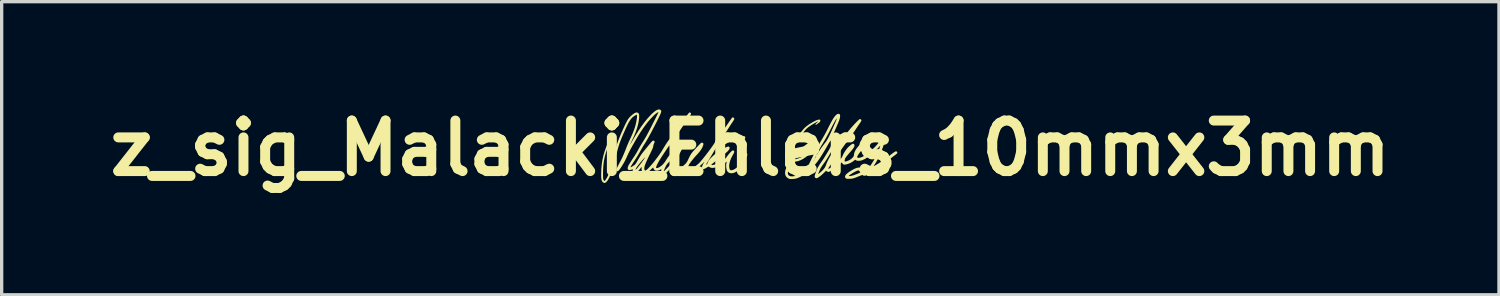
<source format=kicad_pcb>
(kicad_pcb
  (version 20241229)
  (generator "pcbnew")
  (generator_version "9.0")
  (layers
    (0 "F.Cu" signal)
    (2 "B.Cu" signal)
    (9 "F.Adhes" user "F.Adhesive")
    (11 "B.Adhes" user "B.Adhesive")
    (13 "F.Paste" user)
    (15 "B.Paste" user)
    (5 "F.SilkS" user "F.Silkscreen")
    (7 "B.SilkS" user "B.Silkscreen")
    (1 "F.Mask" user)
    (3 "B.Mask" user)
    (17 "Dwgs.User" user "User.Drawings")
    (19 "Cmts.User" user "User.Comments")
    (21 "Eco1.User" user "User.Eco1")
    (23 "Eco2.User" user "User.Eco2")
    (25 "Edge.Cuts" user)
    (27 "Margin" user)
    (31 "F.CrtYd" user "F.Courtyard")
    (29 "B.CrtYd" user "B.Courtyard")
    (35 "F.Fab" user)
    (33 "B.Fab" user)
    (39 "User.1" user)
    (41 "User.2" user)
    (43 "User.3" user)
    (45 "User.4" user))
  (footprint "z_sig_Malacki_Ehlers_10mmx3mm"
    (layer "F.Cu")
    (at 19.565 1.418)
    (property "Reference" "z_sig_Malacki_Ehlers_10mmx3mm" (at 0 0 0) (layer "F.SilkS") (effects (font (size 1.524 1.524) (thickness 0.3))))
    (attr board_only exclude_from_pos_files exclude_from_bom)
    (fp_poly (pts (xy -0.173 -0.36) (xy -0.155 -0.346) (xy -0.151 -0.322) (xy -0.153 -0.31) (xy -0.164 -0.287) (xy -0.181 -0.27) (xy -0.202 -0.259) (xy -0.22 -0.257) (xy -0.235 -0.266) (xy -0.239 -0.275) (xy -0.245 -0.286) (xy -0.26 -0.288) (xy -0.266 -0.287) (xy -0.287 -0.288) (xy -0.305 -0.297) (xy -0.315 -0.31) (xy -0.316 -0.314) (xy -0.307 -0.331) (xy -0.287 -0.346) (xy -0.257 -0.358) (xy -0.223 -0.364) (xy -0.204 -0.365)) (stroke (width 0) (type solid)) (fill yes) (layer "F.SilkS"))
    (fp_poly (pts (xy 2.685 -1.031) (xy 2.694 -1.023) (xy 2.705 -1) (xy 2.707 -0.964) (xy 2.701 -0.918) (xy 2.687 -0.865) (xy 2.684 -0.855) (xy 2.674 -0.827) (xy 2.658 -0.788) (xy 2.638 -0.739) (xy 2.614 -0.685) (xy 2.59 -0.628) (xy 2.565 -0.572) (xy 2.542 -0.52) (xy 2.521 -0.474) (xy 2.503 -0.438) (xy 2.499 -0.43) (xy 2.49 -0.41) (xy 2.485 -0.396) (xy 2.486 -0.394) (xy 2.494 -0.395) (xy 2.514 -0.401) (xy 2.541 -0.411) (xy 2.541 -0.412) (xy 2.569 -0.423) (xy 2.587 -0.427) (xy 2.6 -0.427) (xy 2.611 -0.421) (xy 2.613 -0.42) (xy 2.632 -0.397) (xy 2.641 -0.364) (xy 2.64 -0.321) (xy 2.629 -0.27) (xy 2.608 -0.212) (xy 2.578 -0.149) (xy 2.56 -0.118) (xy 2.544 -0.091) (xy 2.523 -0.053) (xy 2.498 -0.009) (xy 2.473 0.037) (xy 2.464 0.054) (xy 2.42 0.134) (xy 2.381 0.202) (xy 2.346 0.262) (xy 2.312 0.316) (xy 2.278 0.368) (xy 2.241 0.422) (xy 2.222 0.45) (xy 2.187 0.499) (xy 2.16 0.538) (xy 2.14 0.569) (xy 2.123 0.596) (xy 2.109 0.622) (xy 2.096 0.65) (xy 2.082 0.684) (xy 2.065 0.726) (xy 2.059 0.742) (xy 2.043 0.782) (xy 2.094 0.742) (xy 2.159 0.686) (xy 2.212 0.629) (xy 2.252 0.573) (xy 2.277 0.521) (xy 2.28 0.511) (xy 2.292 0.475) (xy 2.311 0.43) (xy 2.334 0.379) (xy 2.359 0.328) (xy 2.385 0.28) (xy 2.408 0.24) (xy 2.423 0.218) (xy 2.438 0.197) (xy 2.462 0.166) (xy 2.491 0.128) (xy 2.522 0.087) (xy 2.544 0.058) (xy 2.576 0.015) (xy 2.614 -0.038) (xy 2.655 -0.096) (xy 2.697 -0.156) (xy 2.735 -0.214) (xy 2.744 -0.226) (xy 2.838 -0.361) (xy 2.939 -0.494) (xy 2.983 -0.548) (xy 3.03 -0.604) (xy 3.078 -0.658) (xy 3.125 -0.71) (xy 3.169 -0.757) (xy 3.21 -0.799) (xy 3.245 -0.833) (xy 3.274 -0.86) (xy 3.295 -0.876) (xy 3.306 -0.88) (xy 3.323 -0.875) (xy 3.332 -0.87) (xy 3.345 -0.857) (xy 3.349 -0.842) (xy 3.345 -0.823) (xy 3.33 -0.796) (xy 3.31 -0.766) (xy 3.289 -0.736) (xy 3.261 -0.695) (xy 3.231 -0.65) (xy 3.201 -0.605) (xy 3.192 -0.591) (xy 3.136 -0.508) (xy 3.076 -0.42) (xy 3.012 -0.331) (xy 2.95 -0.245) (xy 2.893 -0.169) (xy 2.885 -0.158) (xy 2.852 -0.114) (xy 2.815 -0.062) (xy 2.779 -0.012) (xy 2.757 0.021) (xy 2.733 0.056) (xy 2.706 0.096) (xy 2.674 0.141) (xy 2.636 0.195) (xy 2.593 0.257) (xy 2.542 0.329) (xy 2.484 0.412) (xy 2.429 0.489) (xy 2.395 0.537) (xy 2.371 0.573) (xy 2.357 0.599) (xy 2.351 0.615) (xy 2.353 0.622) (xy 2.356 0.623) (xy 2.369 0.618) (xy 2.391 0.605) (xy 2.42 0.586) (xy 2.453 0.562) (xy 2.487 0.537) (xy 2.508 0.519) (xy 2.544 0.49) (xy 2.582 0.459) (xy 2.617 0.431) (xy 2.624 0.425) (xy 2.681 0.374) (xy 2.728 0.322) (xy 2.763 0.271) (xy 2.783 0.228) (xy 2.799 0.19) (xy 2.824 0.143) (xy 2.854 0.094) (xy 2.888 0.045) (xy 2.922 0.001) (xy 2.942 -0.022) (xy 2.974 -0.053) (xy 3.008 -0.083) (xy 3.041 -0.109) (xy 3.07 -0.128) (xy 3.085 -0.136) (xy 3.107 -0.136) (xy 3.126 -0.124) (xy 3.138 -0.102) (xy 3.14 -0.087) (xy 3.136 -0.059) (xy 3.124 -0.03) (xy 3.103 0.004) (xy 3.071 0.045) (xy 3.051 0.069) (xy 2.997 0.131) (xy 2.953 0.183) (xy 2.918 0.224) (xy 2.892 0.257) (xy 2.873 0.283) (xy 2.861 0.303) (xy 2.855 0.318) (xy 2.853 0.324) (xy 2.848 0.349) (xy 2.844 0.369) (xy 2.844 0.37) (xy 2.843 0.389) (xy 2.85 0.399) (xy 2.867 0.4) (xy 2.897 0.394) (xy 2.912 0.39) (xy 2.983 0.361) (xy 3.043 0.322) (xy 3.086 0.281) (xy 3.107 0.255) (xy 3.119 0.234) (xy 3.123 0.215) (xy 3.123 0.208) (xy 3.13 0.159) (xy 3.148 0.104) (xy 3.176 0.048) (xy 3.186 0.033) (xy 3.221 -0.016) (xy 3.26 -0.063) (xy 3.302 -0.106) (xy 3.344 -0.145) (xy 3.383 -0.175) (xy 3.418 -0.197) (xy 3.447 -0.207) (xy 3.453 -0.208) (xy 3.48 -0.201) (xy 3.497 -0.182) (xy 3.503 -0.155) (xy 3.501 -0.143) (xy 3.494 -0.126) (xy 3.477 -0.099) (xy 3.452 -0.064) (xy 3.421 -0.022) (xy 3.386 0.025) (xy 3.347 0.073) (xy 3.322 0.102) (xy 3.281 0.154) (xy 3.251 0.198) (xy 3.231 0.234) (xy 3.223 0.261) (xy 3.224 0.273) (xy 3.23 0.284) (xy 3.239 0.289) (xy 3.256 0.29) (xy 3.279 0.289) (xy 3.329 0.279) (xy 3.383 0.257) (xy 3.443 0.223) (xy 3.51 0.175) (xy 3.547 0.145) (xy 3.585 0.113) (xy 3.623 0.081) (xy 3.657 0.053) (xy 3.683 0.032) (xy 3.688 0.028) (xy 3.728 -0.009) (xy 3.774 -0.056) (xy 3.82 -0.108) (xy 3.864 -0.161) (xy 3.901 -0.211) (xy 3.907 -0.22) (xy 3.939 -0.265) (xy 3.969 -0.298) (xy 4.002 -0.324) (xy 4.043 -0.348) (xy 4.044 -0.348) (xy 4.07 -0.36) (xy 4.088 -0.362) (xy 4.1 -0.358) (xy 4.117 -0.347) (xy 4.124 -0.33) (xy 4.12 -0.306) (xy 4.107 -0.273) (xy 4.098 -0.255) (xy 4.07 -0.2) (xy 4.048 -0.156) (xy 4.03 -0.118) (xy 4.015 -0.082) (xy 4.001 -0.045) (xy 3.997 -0.032) (xy 3.957 0.075) (xy 3.914 0.178) (xy 3.869 0.275) (xy 3.824 0.364) (xy 3.78 0.44) (xy 3.757 0.476) (xy 3.739 0.503) (xy 3.726 0.525) (xy 3.72 0.538) (xy 3.72 0.54) (xy 3.729 0.536) (xy 3.75 0.525) (xy 3.779 0.509) (xy 3.815 0.488) (xy 3.83 0.48) (xy 3.967 0.393) (xy 4.106 0.294) (xy 4.186 0.233) (xy 4.249 0.183) (xy 4.302 0.144) (xy 4.344 0.115) (xy 4.374 0.098) (xy 4.392 0.091) (xy 4.393 0.091) (xy 4.41 0.098) (xy 4.424 0.112) (xy 4.433 0.129) (xy 4.431 0.141) (xy 4.424 0.153) (xy 4.412 0.166) (xy 4.39 0.186) (xy 4.361 0.209) (xy 4.346 0.219) (xy 4.312 0.245) (xy 4.271 0.276) (xy 4.228 0.308) (xy 4.203 0.328) (xy 4.086 0.416) (xy 3.963 0.498) (xy 3.839 0.573) (xy 3.719 0.638) (xy 3.674 0.659) (xy 3.638 0.677) (xy 3.614 0.693) (xy 3.598 0.708) (xy 3.59 0.721) (xy 3.565 0.756) (xy 3.531 0.791) (xy 3.497 0.817) (xy 3.474 0.826) (xy 3.446 0.83) (xy 3.419 0.828) (xy 3.4 0.821) (xy 3.397 0.818) (xy 3.385 0.808) (xy 3.378 0.806) (xy 3.368 0.809) (xy 3.345 0.817) (xy 3.313 0.829) (xy 3.275 0.844) (xy 3.265 0.848) (xy 3.204 0.873) (xy 3.156 0.891) (xy 3.116 0.904) (xy 3.081 0.913) (xy 3.049 0.919) (xy 3.016 0.921) (xy 2.978 0.922) (xy 2.977 0.922) (xy 2.938 0.922) (xy 2.913 0.92) (xy 2.896 0.917) (xy 2.885 0.911) (xy 2.877 0.903) (xy 2.858 0.878) (xy 2.854 0.854) (xy 2.861 0.834) (xy 2.969 0.834) (xy 2.975 0.838) (xy 2.994 0.839) (xy 3 0.839) (xy 3.028 0.836) (xy 3.063 0.829) (xy 3.086 0.823) (xy 3.109 0.815) (xy 3.141 0.804) (xy 3.178 0.79) (xy 3.216 0.776) (xy 3.252 0.761) (xy 3.282 0.749) (xy 3.304 0.739) (xy 3.313 0.735) (xy 3.311 0.726) (xy 3.302 0.709) (xy 3.294 0.697) (xy 3.281 0.68) (xy 3.269 0.67) (xy 3.254 0.668) (xy 3.233 0.673) (xy 3.203 0.685) (xy 3.176 0.697) (xy 3.147 0.712) (xy 3.112 0.732) (xy 3.075 0.754) (xy 3.039 0.777) (xy 3.008 0.799) (xy 2.984 0.816) (xy 2.974 0.826) (xy 2.969 0.834) (xy 2.861 0.834) (xy 2.863 0.827) (xy 2.865 0.823) (xy 2.882 0.797) (xy 2.906 0.771) (xy 2.94 0.743) (xy 2.986 0.71) (xy 3.015 0.691) (xy 3.085 0.649) (xy 3.149 0.616) (xy 3.205 0.594) (xy 3.253 0.583) (xy 3.292 0.582) (xy 3.313 0.589) (xy 3.326 0.6) (xy 3.344 0.621) (xy 3.364 0.648) (xy 3.364 0.648) (xy 3.397 0.697) (xy 3.471 0.663) (xy 3.508 0.644) (xy 3.539 0.626) (xy 3.558 0.611) (xy 3.561 0.608) (xy 3.646 0.487) (xy 3.718 0.372) (xy 3.781 0.258) (xy 3.836 0.142) (xy 3.868 0.062) (xy 3.889 0.009) (xy 3.904 -0.029) (xy 3.912 -0.055) (xy 3.916 -0.069) (xy 3.913 -0.072) (xy 3.906 -0.067) (xy 3.893 -0.053) (xy 3.879 -0.037) (xy 3.838 0.007) (xy 3.796 0.049) (xy 3.757 0.087) (xy 3.723 0.116) (xy 3.713 0.123) (xy 3.694 0.138) (xy 3.667 0.16) (xy 3.635 0.186) (xy 3.614 0.203) (xy 3.569 0.241) (xy 3.533 0.27) (xy 3.504 0.292) (xy 3.479 0.309) (xy 3.456 0.322) (xy 3.43 0.335) (xy 3.405 0.346) (xy 3.368 0.362) (xy 3.339 0.371) (xy 3.311 0.376) (xy 3.278 0.378) (xy 3.271 0.378) (xy 3.236 0.377) (xy 3.212 0.374) (xy 3.194 0.367) (xy 3.183 0.36) (xy 3.166 0.348) (xy 3.156 0.347) (xy 3.147 0.354) (xy 3.147 0.355) (xy 3.124 0.376) (xy 3.09 0.4) (xy 3.05 0.425) (xy 3.009 0.447) (xy 2.969 0.464) (xy 2.958 0.468) (xy 2.904 0.484) (xy 2.862 0.493) (xy 2.83 0.494) (xy 2.806 0.488) (xy 2.787 0.473) (xy 2.774 0.454) (xy 2.757 0.426) (xy 2.73 0.451) (xy 2.707 0.472) (xy 2.679 0.495) (xy 2.67 0.502) (xy 2.649 0.517) (xy 2.62 0.54) (xy 2.586 0.567) (xy 2.557 0.59) (xy 2.499 0.636) (xy 2.449 0.671) (xy 2.406 0.696) (xy 2.374 0.711) (xy 2.356 0.714) (xy 2.333 0.709) (xy 2.309 0.698) (xy 2.308 0.697) (xy 2.283 0.679) (xy 2.223 0.738) (xy 2.173 0.785) (xy 2.125 0.826) (xy 2.081 0.86) (xy 2.042 0.885) (xy 2.011 0.901) (xy 1.992 0.905) (xy 1.967 0.898) (xy 1.949 0.879) (xy 1.94 0.852) (xy 1.94 0.836) (xy 1.947 0.809) (xy 1.959 0.771) (xy 1.975 0.726) (xy 1.993 0.678) (xy 2.012 0.632) (xy 2.029 0.593) (xy 2.035 0.581) (xy 2.052 0.551) (xy 2.075 0.512) (xy 2.103 0.469) (xy 2.133 0.426) (xy 2.143 0.412) (xy 2.176 0.365) (xy 2.212 0.311) (xy 2.249 0.251) (xy 2.288 0.188) (xy 2.327 0.123) (xy 2.366 0.057) (xy 2.403 -0.009) (xy 2.438 -0.072) (xy 2.47 -0.131) (xy 2.498 -0.185) (xy 2.521 -0.232) (xy 2.538 -0.271) (xy 2.55 -0.301) (xy 2.554 -0.319) (xy 2.551 -0.324) (xy 2.54 -0.319) (xy 2.521 -0.306) (xy 2.496 -0.287) (xy 2.468 -0.265) (xy 2.442 -0.243) (xy 2.42 -0.224) (xy 2.412 -0.215) (xy 2.398 -0.197) (xy 2.379 -0.169) (xy 2.356 -0.133) (xy 2.333 -0.093) (xy 2.327 -0.082) (xy 2.247 0.058) (xy 2.173 0.181) (xy 2.103 0.29) (xy 2.039 0.383) (xy 1.979 0.46) (xy 1.936 0.509) (xy 1.883 0.571) (xy 1.844 0.628) (xy 1.828 0.655) (xy 1.805 0.695) (xy 1.785 0.72) (xy 1.766 0.731) (xy 1.748 0.727) (xy 1.737 0.72) (xy 1.729 0.714) (xy 1.721 0.714) (xy 1.708 0.721) (xy 1.688 0.737) (xy 1.669 0.753) (xy 1.61 0.802) (xy 1.551 0.84) (xy 1.487 0.873) (xy 1.413 0.903) (xy 1.404 0.907) (xy 1.372 0.915) (xy 1.331 0.922) (xy 1.286 0.926) (xy 1.242 0.928) (xy 1.204 0.927) (xy 1.177 0.923) (xy 1.176 0.922) (xy 1.139 0.905) (xy 1.103 0.878) (xy 1.075 0.847) (xy 1.071 0.84) (xy 1.055 0.8) (xy 1.048 0.751) (xy 1.051 0.699) (xy 1.059 0.66) (xy 1.069 0.631) (xy 1.086 0.592) (xy 1.106 0.547) (xy 1.128 0.502) (xy 1.15 0.461) (xy 1.169 0.428) (xy 1.185 0.403) (xy 1.145 0.376) (xy 1.1 0.337) (xy 1.07 0.291) (xy 1.055 0.24) (xy 1.056 0.184) (xy 1.059 0.169) (xy 1.067 0.148) (xy 1.082 0.115) (xy 1.102 0.073) (xy 1.128 0.025) (xy 1.156 -0.026) (xy 1.186 -0.078) (xy 1.216 -0.127) (xy 1.244 -0.172) (xy 1.249 -0.179) (xy 1.265 -0.2) (xy 1.29 -0.23) (xy 1.323 -0.267) (xy 1.36 -0.307) (xy 1.399 -0.348) (xy 1.404 -0.353) (xy 1.443 -0.394) (xy 1.48 -0.433) (xy 1.513 -0.47) (xy 1.54 -0.5) (xy 1.558 -0.522) (xy 1.559 -0.524) (xy 1.609 -0.584) (xy 1.664 -0.639) (xy 1.73 -0.691) (xy 1.794 -0.734) (xy 1.864 -0.776) (xy 1.923 -0.809) (xy 1.972 -0.834) (xy 2.012 -0.85) (xy 2.046 -0.859) (xy 2.057 -0.861) (xy 2.083 -0.863) (xy 2.098 -0.861) (xy 2.106 -0.853) (xy 2.108 -0.85) (xy 2.111 -0.829) (xy 2.103 -0.804) (xy 2.086 -0.781) (xy 2.065 -0.765) (xy 2.044 -0.751) (xy 2.019 -0.732) (xy 2.009 -0.724) (xy 1.989 -0.709) (xy 1.974 -0.702) (xy 1.969 -0.702) (xy 1.966 -0.712) (xy 1.973 -0.73) (xy 1.989 -0.751) (xy 2.011 -0.772) (xy 2.022 -0.781) (xy 2.042 -0.797) (xy 2.049 -0.805) (xy 2.044 -0.807) (xy 2.03 -0.802) (xy 2.008 -0.792) (xy 1.978 -0.777) (xy 1.944 -0.758) (xy 1.906 -0.737) (xy 1.866 -0.713) (xy 1.825 -0.687) (xy 1.821 -0.684) (xy 1.768 -0.648) (xy 1.725 -0.616) (xy 1.688 -0.582) (xy 1.653 -0.544) (xy 1.615 -0.498) (xy 1.606 -0.486) (xy 1.583 -0.458) (xy 1.551 -0.422) (xy 1.514 -0.381) (xy 1.474 -0.338) (xy 1.44 -0.303) (xy 1.397 -0.259) (xy 1.364 -0.223) (xy 1.337 -0.192) (xy 1.315 -0.162) (xy 1.293 -0.13) (xy 1.269 -0.092) (xy 1.261 -0.078) (xy 1.234 -0.032) (xy 1.207 0.016) (xy 1.181 0.061) (xy 1.161 0.099) (xy 1.158 0.104) (xy 1.14 0.139) (xy 1.129 0.165) (xy 1.124 0.185) (xy 1.122 0.204) (xy 1.123 0.222) (xy 1.128 0.253) (xy 1.138 0.275) (xy 1.154 0.295) (xy 1.176 0.314) (xy 1.198 0.328) (xy 1.205 0.331) (xy 1.216 0.334) (xy 1.226 0.332) (xy 1.234 0.326) (xy 1.346 0.326) (xy 1.347 0.33) (xy 1.353 0.332) (xy 1.366 0.329) (xy 1.39 0.323) (xy 1.419 0.315) (xy 1.468 0.3) (xy 1.511 0.283) (xy 1.552 0.261) (xy 1.594 0.233) (xy 1.642 0.196) (xy 1.68 0.165) (xy 1.712 0.138) (xy 1.746 0.112) (xy 1.775 0.091) (xy 1.779 0.089) (xy 1.828 0.053) (xy 1.869 0.013) (xy 1.903 -0.029) (xy 1.925 -0.069) (xy 1.935 -0.106) (xy 1.935 -0.112) (xy 1.933 -0.126) (xy 1.923 -0.132) (xy 1.907 -0.133) (xy 1.874 -0.127) (xy 1.833 -0.109) (xy 1.784 -0.08) (xy 1.729 -0.043) (xy 1.669 0.003) (xy 1.605 0.057) (xy 1.541 0.116) (xy 1.475 0.18) (xy 1.422 0.236) (xy 1.394 0.267) (xy 1.371 0.294) (xy 1.354 0.314) (xy 1.346 0.325) (xy 1.346 0.326) (xy 1.234 0.326) (xy 1.238 0.323) (xy 1.254 0.306) (xy 1.276 0.28) (xy 1.33 0.217) (xy 1.393 0.15) (xy 1.46 0.083) (xy 1.529 0.019) (xy 1.597 -0.041) (xy 1.66 -0.093) (xy 1.713 -0.132) (xy 1.773 -0.168) (xy 1.829 -0.193) (xy 1.881 -0.207) (xy 1.926 -0.211) (xy 1.964 -0.203) (xy 1.992 -0.184) (xy 2.003 -0.168) (xy 2.012 -0.137) (xy 2.012 -0.097) (xy 2.004 -0.055) (xy 1.995 -0.031) (xy 1.976 0.002) (xy 1.947 0.039) (xy 1.911 0.078) (xy 1.871 0.114) (xy 1.833 0.144) (xy 1.828 0.147) (xy 1.796 0.169) (xy 1.76 0.196) (xy 1.736 0.216) (xy 1.661 0.275) (xy 1.591 0.322) (xy 1.523 0.357) (xy 1.451 0.384) (xy 1.374 0.402) (xy 1.316 0.411) (xy 1.294 0.415) (xy 1.278 0.421) (xy 1.265 0.434) (xy 1.249 0.457) (xy 1.244 0.464) (xy 1.204 0.531) (xy 1.172 0.597) (xy 1.149 0.657) (xy 1.135 0.71) (xy 1.131 0.755) (xy 1.138 0.789) (xy 1.158 0.818) (xy 1.191 0.838) (xy 1.233 0.847) (xy 1.284 0.847) (xy 1.343 0.837) (xy 1.406 0.817) (xy 1.474 0.787) (xy 1.48 0.784) (xy 1.516 0.763) (xy 1.556 0.736) (xy 1.597 0.705) (xy 1.636 0.672) (xy 1.672 0.639) (xy 1.702 0.61) (xy 1.722 0.585) (xy 1.731 0.568) (xy 1.736 0.554) (xy 1.748 0.528) (xy 1.765 0.492) (xy 1.785 0.448) (xy 1.807 0.403) (xy 1.894 0.403) (xy 1.898 0.407) (xy 1.902 0.403) (xy 1.898 0.399) (xy 1.894 0.403) (xy 1.807 0.403) (xy 1.808 0.4) (xy 1.815 0.386) (xy 1.902 0.386) (xy 1.906 0.39) (xy 1.91 0.386) (xy 1.906 0.382) (xy 1.902 0.386) (xy 1.815 0.386) (xy 1.819 0.379) (xy 1.821 0.373) (xy 1.912 0.373) (xy 1.914 0.374) (xy 1.921 0.368) (xy 1.923 0.365) (xy 1.925 0.358) (xy 1.924 0.357) (xy 1.916 0.363) (xy 1.915 0.365) (xy 1.912 0.373) (xy 1.821 0.373) (xy 1.835 0.345) (xy 1.927 0.345) (xy 1.931 0.349) (xy 1.935 0.345) (xy 1.931 0.341) (xy 1.927 0.345) (xy 1.835 0.345) (xy 1.843 0.328) (xy 1.935 0.328) (xy 1.939 0.332) (xy 1.944 0.328) (xy 1.939 0.324) (xy 1.935 0.328) (xy 1.843 0.328) (xy 1.847 0.32) (xy 1.852 0.311) (xy 1.944 0.311) (xy 1.948 0.31) (xy 1.957 0.296) (xy 1.964 0.282) (xy 1.976 0.259) (xy 1.983 0.242) (xy 1.984 0.237) (xy 1.981 0.238) (xy 1.972 0.252) (xy 1.964 0.266) (xy 1.953 0.289) (xy 1.946 0.306) (xy 1.944 0.311) (xy 1.852 0.311) (xy 1.878 0.258) (xy 1.896 0.22) (xy 1.985 0.22) (xy 1.989 0.224) (xy 1.993 0.22) (xy 1.989 0.216) (xy 1.985 0.22) (xy 1.896 0.22) (xy 1.902 0.207) (xy 1.999 0.207) (xy 2.004 0.201) (xy 2.015 0.18) (xy 2.019 0.172) (xy 2.032 0.15) (xy 2.053 0.117) (xy 2.081 0.077) (xy 2.112 0.031) (xy 2.146 -0.017) (xy 2.18 -0.064) (xy 2.212 -0.108) (xy 2.241 -0.146) (xy 2.257 -0.165) (xy 2.277 -0.19) (xy 2.296 -0.219) (xy 2.317 -0.254) (xy 2.34 -0.295) (xy 2.366 -0.344) (xy 2.395 -0.404) (xy 2.428 -0.475) (xy 2.466 -0.558) (xy 2.493 -0.619) (xy 2.53 -0.701) (xy 2.559 -0.768) (xy 2.582 -0.821) (xy 2.597 -0.86) (xy 2.604 -0.884) (xy 2.605 -0.894) (xy 2.605 -0.895) (xy 2.598 -0.892) (xy 2.586 -0.876) (xy 2.567 -0.846) (xy 2.543 -0.803) (xy 2.511 -0.746) (xy 2.473 -0.674) (xy 2.429 -0.588) (xy 2.421 -0.574) (xy 2.388 -0.51) (xy 2.355 -0.446) (xy 2.322 -0.385) (xy 2.292 -0.33) (xy 2.266 -0.283) (xy 2.245 -0.247) (xy 2.239 -0.237) (xy 2.199 -0.171) (xy 2.159 -0.105) (xy 2.121 -0.04) (xy 2.087 0.02) (xy 2.057 0.075) (xy 2.034 0.119) (xy 2.021 0.147) (xy 2.007 0.179) (xy 2 0.199) (xy 1.999 0.207) (xy 1.902 0.207) (xy 1.908 0.196) (xy 1.935 0.14) (xy 1.958 0.093) (xy 1.958 0.091) (xy 1.979 0.05) (xy 2.007 -0.002) (xy 2.039 -0.061) (xy 2.074 -0.123) (xy 2.11 -0.184) (xy 2.134 -0.224) (xy 2.171 -0.286) (xy 2.209 -0.352) (xy 2.246 -0.418) (xy 2.281 -0.482) (xy 2.31 -0.537) (xy 2.324 -0.565) (xy 2.371 -0.659) (xy 2.412 -0.739) (xy 2.448 -0.806) (xy 2.48 -0.862) (xy 2.509 -0.909) (xy 2.51 -0.91) (xy 2.608 -0.91) (xy 2.612 -0.905) (xy 2.616 -0.91) (xy 2.612 -0.914) (xy 2.608 -0.91) (xy 2.51 -0.91) (xy 2.536 -0.946) (xy 2.561 -0.977) (xy 2.585 -1.002) (xy 2.598 -1.013) (xy 2.629 -1.032) (xy 2.659 -1.038)) (stroke (width 0) (type solid)) (fill yes) (layer "F.SilkS"))
    (fp_poly (pts (xy -2.726 -1.166) (xy -2.706 -1.155) (xy -2.695 -1.145) (xy -2.688 -1.134) (xy -2.685 -1.121) (xy -2.685 -1.103) (xy -2.691 -1.08) (xy -2.701 -1.051) (xy -2.717 -1.013) (xy -2.739 -0.965) (xy -2.767 -0.907) (xy -2.802 -0.836) (xy -2.835 -0.772) (xy -2.898 -0.649) (xy -2.955 -0.539) (xy -3.007 -0.442) (xy -3.053 -0.357) (xy -3.094 -0.283) (xy -3.132 -0.219) (xy -3.166 -0.163) (xy -3.187 -0.131) (xy -3.218 -0.082) (xy -3.252 -0.025) (xy -3.286 0.034) (xy -3.316 0.087) (xy -3.319 0.094) (xy -3.344 0.139) (xy -3.376 0.193) (xy -3.411 0.251) (xy -3.448 0.31) (xy -3.483 0.364) (xy -3.484 0.365) (xy -3.515 0.412) (xy -3.543 0.455) (xy -3.567 0.493) (xy -3.586 0.523) (xy -3.598 0.543) (xy -3.6 0.547) (xy -3.614 0.575) (xy -3.595 0.569) (xy -3.579 0.562) (xy -3.554 0.548) (xy -3.526 0.53) (xy -3.52 0.526) (xy -3.48 0.496) (xy -3.453 0.466) (xy -3.441 0.448) (xy -3.402 0.38) (xy -3.37 0.323) (xy -3.342 0.277) (xy -3.317 0.237) (xy -3.294 0.201) (xy -3.27 0.167) (xy -3.243 0.132) (xy -3.213 0.094) (xy -3.177 0.05) (xy -3.156 0.023) (xy -3.121 -0.019) (xy -3.084 -0.064) (xy -3.049 -0.107) (xy -3.019 -0.143) (xy -3.011 -0.153) (xy -2.979 -0.191) (xy -2.954 -0.216) (xy -2.933 -0.228) (xy -2.916 -0.23) (xy -2.901 -0.222) (xy -2.898 -0.22) (xy -2.886 -0.206) (xy -2.883 -0.19) (xy -2.89 -0.169) (xy -2.9 -0.147) (xy -2.912 -0.118) (xy -2.921 -0.083) (xy -2.925 -0.062) (xy -2.928 -0.043) (xy -2.935 -0.02) (xy -2.945 0.008) (xy -2.961 0.043) (xy -2.982 0.088) (xy -3.009 0.145) (xy -3.022 0.17) (xy -3.068 0.264) (xy -3.106 0.344) (xy -3.137 0.412) (xy -3.161 0.47) (xy -3.178 0.518) (xy -3.189 0.557) (xy -3.194 0.589) (xy -3.194 0.592) (xy -3.195 0.633) (xy -3.187 0.659) (xy -3.172 0.67) (xy -3.153 0.67) (xy -3.137 0.66) (xy -3.112 0.64) (xy -3.08 0.61) (xy -3.044 0.572) (xy -3.033 0.561) (xy -2.924 0.561) (xy -2.92 0.565) (xy -2.915 0.561) (xy -2.92 0.557) (xy -2.924 0.561) (xy -3.033 0.561) (xy -3.004 0.529) (xy -2.962 0.481) (xy -2.921 0.431) (xy -2.885 0.386) (xy -2.838 0.324) (xy -2.798 0.272) (xy -2.766 0.228) (xy -2.738 0.19) (xy -2.714 0.154) (xy -2.69 0.119) (xy -2.667 0.082) (xy -2.641 0.039) (xy -2.624 0.011) (xy -2.59 -0.045) (xy -2.562 -0.09) (xy -2.538 -0.128) (xy -2.516 -0.162) (xy -2.494 -0.195) (xy -2.468 -0.23) (xy -2.438 -0.271) (xy -2.403 -0.318) (xy -2.368 -0.364) (xy -2.329 -0.42) (xy -2.287 -0.478) (xy -2.248 -0.536) (xy -2.224 -0.571) (xy -2.187 -0.625) (xy -2.144 -0.685) (xy -2.1 -0.745) (xy -2.059 -0.8) (xy -2.035 -0.831) (xy -2 -0.875) (xy -1.965 -0.919) (xy -1.933 -0.961) (xy -1.905 -0.997) (xy -1.891 -1.015) (xy -1.865 -1.048) (xy -1.844 -1.07) (xy -1.829 -1.08) (xy -1.827 -1.08) (xy -1.807 -1.073) (xy -1.791 -1.055) (xy -1.786 -1.038) (xy -1.79 -1.025) (xy -1.803 -1.001) (xy -1.823 -0.968) (xy -1.849 -0.928) (xy -1.878 -0.884) (xy -1.909 -0.839) (xy -1.942 -0.793) (xy -1.949 -0.784) (xy -1.967 -0.758) (xy -1.993 -0.722) (xy -2.024 -0.677) (xy -2.058 -0.627) (xy -2.094 -0.574) (xy -2.116 -0.541) (xy -2.158 -0.48) (xy -2.205 -0.412) (xy -2.254 -0.343) (xy -2.301 -0.276) (xy -2.345 -0.218) (xy -2.354 -0.205) (xy -2.411 -0.127) (xy -2.473 -0.04) (xy -2.537 0.054) (xy -2.601 0.15) (xy -2.663 0.244) (xy -2.719 0.333) (xy -2.75 0.383) (xy -2.779 0.435) (xy -2.804 0.483) (xy -2.824 0.525) (xy -2.836 0.56) (xy -2.841 0.583) (xy -2.834 0.595) (xy -2.816 0.598) (xy -2.789 0.593) (xy -2.756 0.579) (xy -2.733 0.567) (xy -2.671 0.522) (xy -2.613 0.464) (xy -2.562 0.397) (xy -2.545 0.369) (xy -2.527 0.338) (xy -2.507 0.307) (xy -2.484 0.274) (xy -2.456 0.236) (xy -2.42 0.191) (xy -2.375 0.136) (xy -2.375 0.136) (xy -2.351 0.105) (xy -2.322 0.066) (xy -2.292 0.023) (xy -2.271 -0.008) (xy -2.239 -0.053) (xy -2.202 -0.099) (xy -2.164 -0.142) (xy -2.126 -0.181) (xy -2.091 -0.212) (xy -2.062 -0.233) (xy -2.055 -0.236) (xy -2.02 -0.248) (xy -1.991 -0.245) (xy -1.974 -0.234) (xy -1.963 -0.218) (xy -1.961 -0.202) (xy -1.969 -0.178) (xy -1.976 -0.162) (xy -1.988 -0.134) (xy -2.001 -0.1) (xy -2.007 -0.083) (xy -2.019 -0.051) (xy -2.036 -0.014) (xy -2.05 0.012) (xy -2.089 0.084) (xy -2.127 0.159) (xy -2.163 0.235) (xy -2.196 0.308) (xy -2.225 0.379) (xy -2.249 0.443) (xy -2.268 0.5) (xy -2.28 0.547) (xy -2.284 0.581) (xy -2.284 0.583) (xy -2.277 0.626) (xy -2.256 0.663) (xy -2.245 0.675) (xy -2.237 0.681) (xy -2.227 0.683) (xy -2.215 0.681) (xy -2.198 0.673) (xy -2.177 0.658) (xy -2.148 0.636) (xy -2.11 0.606) (xy -2.063 0.566) (xy -2.025 0.534) (xy -1.984 0.497) (xy -1.953 0.468) (xy -1.929 0.44) (xy -1.908 0.411) (xy -1.889 0.376) (xy -1.868 0.331) (xy -1.857 0.308) (xy -1.832 0.256) (xy -1.805 0.206) (xy -1.779 0.163) (xy -1.767 0.147) (xy -1.746 0.121) (xy -1.716 0.085) (xy -1.678 0.043) (xy -1.635 -0.004) (xy -1.59 -0.052) (xy -1.545 -0.1) (xy -1.501 -0.145) (xy -1.5 -0.146) (xy -1.473 -0.166) (xy -1.449 -0.17) (xy -1.429 -0.158) (xy -1.418 -0.146) (xy -1.413 -0.133) (xy -1.414 -0.116) (xy -1.421 -0.089) (xy -1.425 -0.076) (xy -1.449 -0.016) (xy -1.488 0.049) (xy -1.541 0.119) (xy -1.609 0.196) (xy -1.62 0.208) (xy -1.656 0.246) (xy -1.694 0.29) (xy -1.732 0.336) (xy -1.769 0.382) (xy -1.802 0.425) (xy -1.828 0.463) (xy -1.847 0.492) (xy -1.853 0.505) (xy -1.869 0.549) (xy -1.875 0.588) (xy -1.874 0.62) (xy -1.865 0.64) (xy -1.849 0.652) (xy -1.837 0.656) (xy -1.821 0.651) (xy -1.794 0.637) (xy -1.759 0.615) (xy -1.719 0.588) (xy -1.676 0.557) (xy -1.632 0.523) (xy -1.589 0.489) (xy -1.557 0.461) (xy -1.531 0.436) (xy -1.498 0.399) (xy -1.483 0.382) (xy -1.368 0.382) (xy -1.367 0.382) (xy -1.36 0.376) (xy -1.358 0.374) (xy -1.356 0.366) (xy -1.357 0.365) (xy -1.365 0.371) (xy -1.366 0.374) (xy -1.368 0.382) (xy -1.483 0.382) (xy -1.459 0.353) (xy -1.415 0.299) (xy -1.367 0.239) (xy -1.318 0.176) (xy -1.269 0.111) (xy -1.22 0.046) (xy -1.175 -0.016) (xy -1.134 -0.074) (xy -1.099 -0.126) (xy -1.074 -0.166) (xy -1.026 -0.244) (xy -0.979 -0.316) (xy -0.93 -0.387) (xy -0.875 -0.463) (xy -0.852 -0.494) (xy -0.817 -0.541) (xy -0.781 -0.591) (xy -0.747 -0.638) (xy -0.717 -0.68) (xy -0.702 -0.702) (xy -0.66 -0.763) (xy -0.626 -0.813) (xy -0.599 -0.851) (xy -0.579 -0.879) (xy -0.565 -0.9) (xy -0.555 -0.913) (xy -0.548 -0.921) (xy -0.544 -0.924) (xy -0.524 -0.93) (xy -0.503 -0.923) (xy -0.487 -0.907) (xy -0.482 -0.885) (xy -0.486 -0.871) (xy -0.499 -0.848) (xy -0.517 -0.817) (xy -0.539 -0.784) (xy -0.568 -0.742) (xy -0.601 -0.692) (xy -0.633 -0.642) (xy -0.653 -0.61) (xy -0.681 -0.567) (xy -0.713 -0.517) (xy -0.747 -0.465) (xy -0.778 -0.418) (xy -0.779 -0.416) (xy -0.838 -0.328) (xy -0.9 -0.23) (xy -0.963 -0.13) (xy -1.023 -0.031) (xy -1.077 0.061) (xy -1.08 0.067) (xy -1.106 0.111) (xy -1.135 0.161) (xy -1.167 0.214) (xy -1.199 0.268) (xy -1.231 0.32) (xy -1.26 0.369) (xy -1.286 0.41) (xy -1.306 0.443) (xy -1.32 0.464) (xy -1.322 0.466) (xy -1.334 0.486) (xy -1.335 0.494) (xy -1.325 0.49) (xy -1.314 0.483) (xy -1.294 0.461) (xy -1.28 0.432) (xy -1.27 0.403) (xy -1.256 0.377) (xy -1.237 0.349) (xy -1.21 0.317) (xy -1.183 0.288) (xy -1.077 0.188) (xy -0.967 0.103) (xy -0.94 0.085) (xy -0.901 0.061) (xy -0.858 0.037) (xy -0.813 0.013) (xy -0.769 -0.01) (xy -0.729 -0.028) (xy -0.695 -0.043) (xy -0.67 -0.051) (xy -0.658 -0.052) (xy -0.634 -0.039) (xy -0.624 -0.02) (xy -0.623 -0.005) (xy -0.629 0.022) (xy -0.649 0.053) (xy -0.681 0.091) (xy -0.728 0.134) (xy -0.789 0.184) (xy -0.815 0.204) (xy -0.859 0.237) (xy -0.903 0.271) (xy -0.943 0.304) (xy -0.977 0.331) (xy -0.993 0.344) (xy -1.028 0.374) (xy -1.069 0.407) (xy -1.107 0.438) (xy -1.115 0.444) (xy -1.141 0.465) (xy -1.162 0.484) (xy -1.173 0.496) (xy -1.174 0.5) (xy -1.161 0.507) (xy -1.135 0.506) (xy -1.099 0.499) (xy -1.054 0.487) (xy -1.004 0.468) (xy -0.951 0.445) (xy -0.913 0.428) (xy -0.842 0.387) (xy -0.784 0.345) (xy -0.736 0.296) (xy -0.702 0.249) (xy -0.679 0.217) (xy -0.651 0.182) (xy -0.622 0.148) (xy -0.592 0.116) (xy -0.566 0.091) (xy -0.545 0.073) (xy -0.531 0.066) (xy -0.53 0.066) (xy -0.503 0.072) (xy -0.486 0.088) (xy -0.482 0.106) (xy -0.486 0.122) (xy -0.497 0.148) (xy -0.513 0.18) (xy -0.523 0.196) (xy -0.569 0.282) (xy -0.603 0.363) (xy -0.626 0.445) (xy -0.635 0.503) (xy -0.637 0.538) (xy -0.634 0.575) (xy -0.628 0.61) (xy -0.62 0.638) (xy -0.609 0.654) (xy -0.609 0.654) (xy -0.584 0.663) (xy -0.55 0.661) (xy -0.51 0.648) (xy -0.468 0.627) (xy -0.425 0.597) (xy -0.39 0.566) (xy -0.372 0.547) (xy -0.356 0.527) (xy -0.34 0.504) (xy -0.323 0.475) (xy -0.303 0.437) (xy -0.278 0.387) (xy -0.269 0.369) (xy -0.246 0.32) (xy -0.224 0.275) (xy -0.206 0.236) (xy -0.191 0.205) (xy -0.183 0.186) (xy -0.182 0.186) (xy -0.165 0.158) (xy -0.143 0.144) (xy -0.121 0.143) (xy -0.102 0.156) (xy -0.093 0.171) (xy -0.09 0.192) (xy -0.096 0.223) (xy -0.112 0.265) (xy -0.139 0.318) (xy -0.142 0.324) (xy -0.157 0.352) (xy -0.175 0.389) (xy -0.194 0.429) (xy -0.204 0.451) (xy -0.248 0.535) (xy -0.298 0.605) (xy -0.355 0.662) (xy -0.421 0.708) (xy -0.448 0.722) (xy -0.507 0.746) (xy -0.562 0.755) (xy -0.612 0.75) (xy -0.655 0.732) (xy -0.679 0.712) (xy -0.7 0.681) (xy -0.715 0.638) (xy -0.725 0.586) (xy -0.728 0.531) (xy -0.724 0.474) (xy -0.714 0.422) (xy -0.707 0.398) (xy -0.742 0.428) (xy -0.766 0.446) (xy -0.802 0.467) (xy -0.846 0.491) (xy -0.895 0.515) (xy -0.945 0.538) (xy -0.992 0.558) (xy -1.033 0.573) (xy -1.033 0.573) (xy -1.09 0.588) (xy -1.141 0.593) (xy -1.186 0.589) (xy -1.219 0.576) (xy -1.223 0.573) (xy -1.242 0.561) (xy -1.256 0.554) (xy -1.258 0.554) (xy -1.268 0.558) (xy -1.289 0.569) (xy -1.317 0.585) (xy -1.33 0.593) (xy -1.361 0.61) (xy -1.387 0.623) (xy -1.407 0.631) (xy -1.411 0.631) (xy -1.433 0.624) (xy -1.452 0.606) (xy -1.461 0.584) (xy -1.461 0.579) (xy -1.457 0.556) (xy -1.444 0.522) (xy -1.426 0.484) (xy -1.404 0.444) (xy -1.381 0.407) (xy -1.381 0.405) (xy -1.391 0.414) (xy -1.41 0.431) (xy -1.435 0.456) (xy -1.449 0.47) (xy -1.557 0.569) (xy -1.671 0.654) (xy -1.728 0.69) (xy -1.771 0.714) (xy -1.804 0.728) (xy -1.832 0.734) (xy -1.856 0.732) (xy -1.862 0.731) (xy -1.893 0.715) (xy -1.922 0.691) (xy -1.945 0.661) (xy -1.958 0.63) (xy -1.96 0.615) (xy -1.962 0.601) (xy -1.964 0.598) (xy -1.972 0.603) (xy -1.989 0.617) (xy -2.015 0.638) (xy -2.045 0.663) (xy -2.053 0.67) (xy -2.107 0.713) (xy -2.151 0.743) (xy -2.189 0.762) (xy -2.221 0.77) (xy -2.251 0.768) (xy -2.279 0.756) (xy -2.296 0.745) (xy -2.32 0.72) (xy -2.343 0.685) (xy -2.361 0.646) (xy -2.37 0.614) (xy -2.376 0.584) (xy -2.477 0.686) (xy -2.52 0.728) (xy -2.553 0.758) (xy -2.58 0.779) (xy -2.601 0.791) (xy -2.619 0.795) (xy -2.636 0.794) (xy -2.649 0.789) (xy -2.673 0.771) (xy -2.687 0.741) (xy -2.691 0.703) (xy -2.688 0.687) (xy -2.606 0.687) (xy -2.603 0.69) (xy -2.595 0.685) (xy -2.579 0.671) (xy -2.553 0.646) (xy -2.546 0.64) (xy -2.513 0.606) (xy -2.477 0.568) (xy -2.445 0.532) (xy -2.433 0.519) (xy -2.403 0.48) (xy -2.37 0.433) (xy -2.338 0.382) (xy -2.309 0.332) (xy -2.286 0.287) (xy -2.276 0.266) (xy -2.272 0.254) (xy -2.271 0.248) (xy -2.274 0.247) (xy -2.284 0.254) (xy -2.3 0.268) (xy -2.325 0.292) (xy -2.36 0.326) (xy -2.389 0.355) (xy -2.432 0.397) (xy -2.464 0.43) (xy -2.489 0.456) (xy -2.508 0.479) (xy -2.522 0.499) (xy -2.535 0.521) (xy -2.548 0.545) (xy -2.558 0.567) (xy -2.575 0.603) (xy -2.59 0.637) (xy -2.601 0.664) (xy -2.605 0.677) (xy -2.606 0.687) (xy -2.688 0.687) (xy -2.683 0.658) (xy -2.679 0.64) (xy -2.678 0.631) (xy -2.679 0.631) (xy -2.687 0.635) (xy -2.706 0.643) (xy -2.723 0.652) (xy -2.774 0.672) (xy -2.82 0.679) (xy -2.859 0.673) (xy -2.89 0.654) (xy -2.91 0.627) (xy -2.919 0.604) (xy -2.924 0.586) (xy -2.924 0.584) (xy -2.929 0.585) (xy -2.945 0.595) (xy -2.968 0.615) (xy -2.998 0.643) (xy -3.005 0.649) (xy -3.052 0.692) (xy -3.091 0.724) (xy -3.122 0.744) (xy -3.148 0.754) (xy -3.164 0.756) (xy -3.195 0.748) (xy -3.227 0.728) (xy -3.253 0.7) (xy -3.267 0.681) (xy -3.274 0.662) (xy -3.276 0.636) (xy -3.277 0.615) (xy -3.277 0.559) (xy -3.32 0.617) (xy -3.358 0.663) (xy -3.396 0.699) (xy -3.432 0.725) (xy -3.467 0.741) (xy -3.496 0.746) (xy -3.521 0.74) (xy -3.537 0.723) (xy -3.545 0.694) (xy -3.545 0.673) (xy -3.544 0.649) (xy -3.544 0.643) (xy -3.458 0.643) (xy -3.45 0.642) (xy -3.436 0.631) (xy -3.417 0.613) (xy -3.406 0.6) (xy -3.369 0.553) (xy -3.33 0.503) (xy -3.291 0.451) (xy -3.255 0.402) (xy -3.223 0.357) (xy -3.196 0.318) (xy -3.177 0.288) (xy -3.17 0.274) (xy -3.171 0.272) (xy -3.181 0.282) (xy -3.2 0.301) (xy -3.225 0.329) (xy -3.256 0.363) (xy -3.29 0.403) (xy -3.325 0.444) (xy -3.373 0.503) (xy -3.411 0.554) (xy -3.439 0.597) (xy -3.456 0.63) (xy -3.458 0.634) (xy -3.458 0.643) (xy -3.544 0.643) (xy -3.543 0.634) (xy -3.544 0.631) (xy -3.551 0.634) (xy -3.569 0.641) (xy -3.574 0.644) (xy -3.609 0.653) (xy -3.645 0.656) (xy -3.675 0.65) (xy -3.68 0.648) (xy -3.692 0.632) (xy -3.696 0.606) (xy -3.692 0.572) (xy -3.679 0.535) (xy -3.67 0.517) (xy -3.653 0.487) (xy -3.629 0.449) (xy -3.602 0.405) (xy -3.571 0.358) (xy -3.561 0.341) (xy -3.524 0.286) (xy -3.494 0.241) (xy -3.471 0.206) (xy -3.453 0.177) (xy -3.438 0.153) (xy -3.425 0.13) (xy -3.412 0.108) (xy -3.398 0.082) (xy -3.382 0.051) (xy -3.371 0.031) (xy -3.344 -0.019) (xy -3.312 -0.073) (xy -3.28 -0.126) (xy -3.253 -0.169) (xy -3.225 -0.212) (xy -3.194 -0.263) (xy -3.161 -0.318) (xy -3.132 -0.369) (xy -3.127 -0.377) (xy -3.107 -0.414) (xy -3.083 -0.46) (xy -3.055 -0.512) (xy -3.025 -0.57) (xy -2.993 -0.632) (xy -2.96 -0.696) (xy -2.928 -0.761) (xy -2.896 -0.824) (xy -2.865 -0.884) (xy -2.838 -0.94) (xy -2.814 -0.988) (xy -2.794 -1.029) (xy -2.779 -1.06) (xy -2.771 -1.079) (xy -2.769 -1.085) (xy -2.78 -1.086) (xy -2.801 -1.075) (xy -2.829 -1.056) (xy -2.862 -1.03) (xy -2.898 -0.997) (xy -2.918 -0.978) (xy -2.996 -0.897) (xy -3.072 -0.811) (xy -3.147 -0.717) (xy -3.222 -0.614) (xy -3.299 -0.5) (xy -3.378 -0.375) (xy -3.46 -0.237) (xy -3.538 -0.1) (xy -3.58 -0.025) (xy -3.615 0.039) (xy -3.644 0.096) (xy -3.671 0.149) (xy -3.695 0.201) (xy -3.72 0.255) (xy -3.737 0.295) (xy -3.76 0.343) (xy -3.787 0.396) (xy -3.818 0.451) (xy -3.85 0.505) (xy -3.882 0.557) (xy -3.914 0.603) (xy -3.942 0.642) (xy -3.967 0.671) (xy -3.985 0.688) (xy -3.988 0.69) (xy -4.01 0.694) (xy -4.026 0.684) (xy -4.036 0.663) (xy -4.037 0.652) (xy -4.036 0.641) (xy -4.032 0.627) (xy -4.025 0.608) (xy -4.015 0.584) (xy -3.999 0.552) (xy -3.978 0.51) (xy -3.95 0.457) (xy -3.915 0.392) (xy -3.91 0.382) (xy -3.873 0.31) (xy -3.835 0.227) (xy -3.795 0.134) (xy -3.752 0.027) (xy -3.734 -0.021) (xy -3.713 -0.075) (xy -3.708 -0.087) (xy -3.638 -0.087) (xy -3.634 -0.083) (xy -3.63 -0.087) (xy -3.634 -0.091) (xy -3.638 -0.087) (xy -3.708 -0.087) (xy -3.701 -0.104) (xy -3.63 -0.104) (xy -3.626 -0.1) (xy -3.621 -0.104) (xy -3.626 -0.108) (xy -3.63 -0.104) (xy -3.701 -0.104) (xy -3.687 -0.136) (xy -3.661 -0.195) (xy -3.637 -0.247) (xy -3.634 -0.254) (xy -3.589 -0.35) (xy -3.546 -0.449) (xy -3.509 -0.543) (xy -3.485 -0.609) (xy -3.468 -0.664) (xy -3.452 -0.723) (xy -3.439 -0.784) (xy -3.428 -0.843) (xy -3.42 -0.897) (xy -3.415 -0.943) (xy -3.415 -0.978) (xy -3.417 -0.992) (xy -3.423 -1.014) (xy -3.465 -0.991) (xy -3.503 -0.968) (xy -3.538 -0.942) (xy -3.57 -0.912) (xy -3.601 -0.875) (xy -3.632 -0.83) (xy -3.665 -0.777) (xy -3.699 -0.712) (xy -3.736 -0.634) (xy -3.777 -0.544) (xy -3.82 -0.447) (xy -3.856 -0.363) (xy -3.887 -0.287) (xy -3.915 -0.218) (xy -3.939 -0.152) (xy -3.961 -0.086) (xy -3.982 -0.018) (xy -4.002 0.056) (xy -4.024 0.139) (xy -4.037 0.187) (xy -4.062 0.285) (xy -4.083 0.368) (xy -4.102 0.439) (xy -4.117 0.497) (xy -4.13 0.546) (xy -4.141 0.587) (xy -4.15 0.62) (xy -4.158 0.649) (xy -4.166 0.673) (xy -4.173 0.695) (xy -4.18 0.716) (xy -4.182 0.722) (xy -4.198 0.765) (xy -4.216 0.81) (xy -4.233 0.849) (xy -4.241 0.865) (xy -4.277 0.932) (xy -4.309 0.983) (xy -4.34 1.018) (xy -4.368 1.039) (xy -4.395 1.046) (xy -4.422 1.039) (xy -4.442 1.026) (xy -4.461 1.006) (xy -4.475 0.98) (xy -4.485 0.946) (xy -4.492 0.901) (xy -4.495 0.845) (xy -4.495 0.774) (xy -4.495 0.772) (xy -4.49 0.621) (xy -4.477 0.48) (xy -4.456 0.347) (xy -4.426 0.216) (xy -4.387 0.083) (xy -4.358 0) (xy -4.341 -0.047) (xy -4.328 -0.08) (xy -4.317 -0.102) (xy -4.309 -0.115) (xy -4.301 -0.122) (xy -4.296 -0.123) (xy -4.286 -0.123) (xy -4.28 -0.116) (xy -4.279 -0.102) (xy -4.283 -0.079) (xy -4.293 -0.044) (xy -4.309 0.003) (xy -4.319 0.034) (xy -4.356 0.147) (xy -4.386 0.254) (xy -4.408 0.359) (xy -4.423 0.466) (xy -4.433 0.579) (xy -4.438 0.702) (xy -4.439 0.756) (xy -4.439 0.813) (xy -4.438 0.857) (xy -4.437 0.889) (xy -4.435 0.913) (xy -4.432 0.931) (xy -4.427 0.945) (xy -4.424 0.953) (xy -4.412 0.974) (xy -4.401 0.987) (xy -4.397 0.988) (xy -4.386 0.981) (xy -4.369 0.962) (xy -4.349 0.932) (xy -4.327 0.895) (xy -4.304 0.853) (xy -4.292 0.83) (xy -4.278 0.798) (xy -4.263 0.763) (xy -4.248 0.722) (xy -4.233 0.674) (xy -4.216 0.618) (xy -4.197 0.552) (xy -4.176 0.474) (xy -4.152 0.383) (xy -4.128 0.287) (xy -4.109 0.215) (xy -4.091 0.144) (xy -4.074 0.078) (xy -4.058 0.018) (xy -4.044 -0.033) (xy -4.033 -0.073) (xy -4.027 -0.096) (xy -4.009 -0.15) (xy -3.986 -0.213) (xy -3.959 -0.284) (xy -3.928 -0.359) (xy -3.896 -0.438) (xy -3.861 -0.516) (xy -3.827 -0.593) (xy -3.793 -0.667) (xy -3.761 -0.734) (xy -3.731 -0.793) (xy -3.705 -0.842) (xy -3.683 -0.878) (xy -3.676 -0.888) (xy -3.644 -0.927) (xy -3.605 -0.967) (xy -3.563 -1.004) (xy -3.522 -1.036) (xy -3.487 -1.058) (xy -3.485 -1.059) (xy -3.456 -1.072) (xy -3.435 -1.078) (xy -3.416 -1.077) (xy -3.407 -1.075) (xy -3.383 -1.065) (xy -3.365 -1.049) (xy -3.355 -1.023) (xy -3.35 -0.986) (xy -3.35 -0.936) (xy -3.35 -0.922) (xy -3.361 -0.824) (xy -3.383 -0.716) (xy -3.416 -0.6) (xy -3.459 -0.476) (xy -3.513 -0.347) (xy -3.572 -0.224) (xy -3.59 -0.187) (xy -3.605 -0.155) (xy -3.615 -0.132) (xy -3.619 -0.12) (xy -3.619 -0.119) (xy -3.614 -0.125) (xy -3.602 -0.142) (xy -3.586 -0.168) (xy -3.567 -0.201) (xy -3.567 -0.201) (xy -3.472 -0.364) (xy -3.38 -0.513) (xy -3.29 -0.647) (xy -3.202 -0.768) (xy -3.114 -0.878) (xy -3.025 -0.977) (xy -2.965 -1.039) (xy -2.905 -1.092) (xy -2.851 -1.132) (xy -2.803 -1.158) (xy -2.761 -1.169)) (stroke (width 0) (type solid)) (fill yes) (layer "F.SilkS")))
  (gr_rect
    (start -3 -3)
    (end 42.131 5.836)
    (stroke (width 0.1) (type default))
    (fill no)
    (layer "Edge.Cuts")))
</source>
